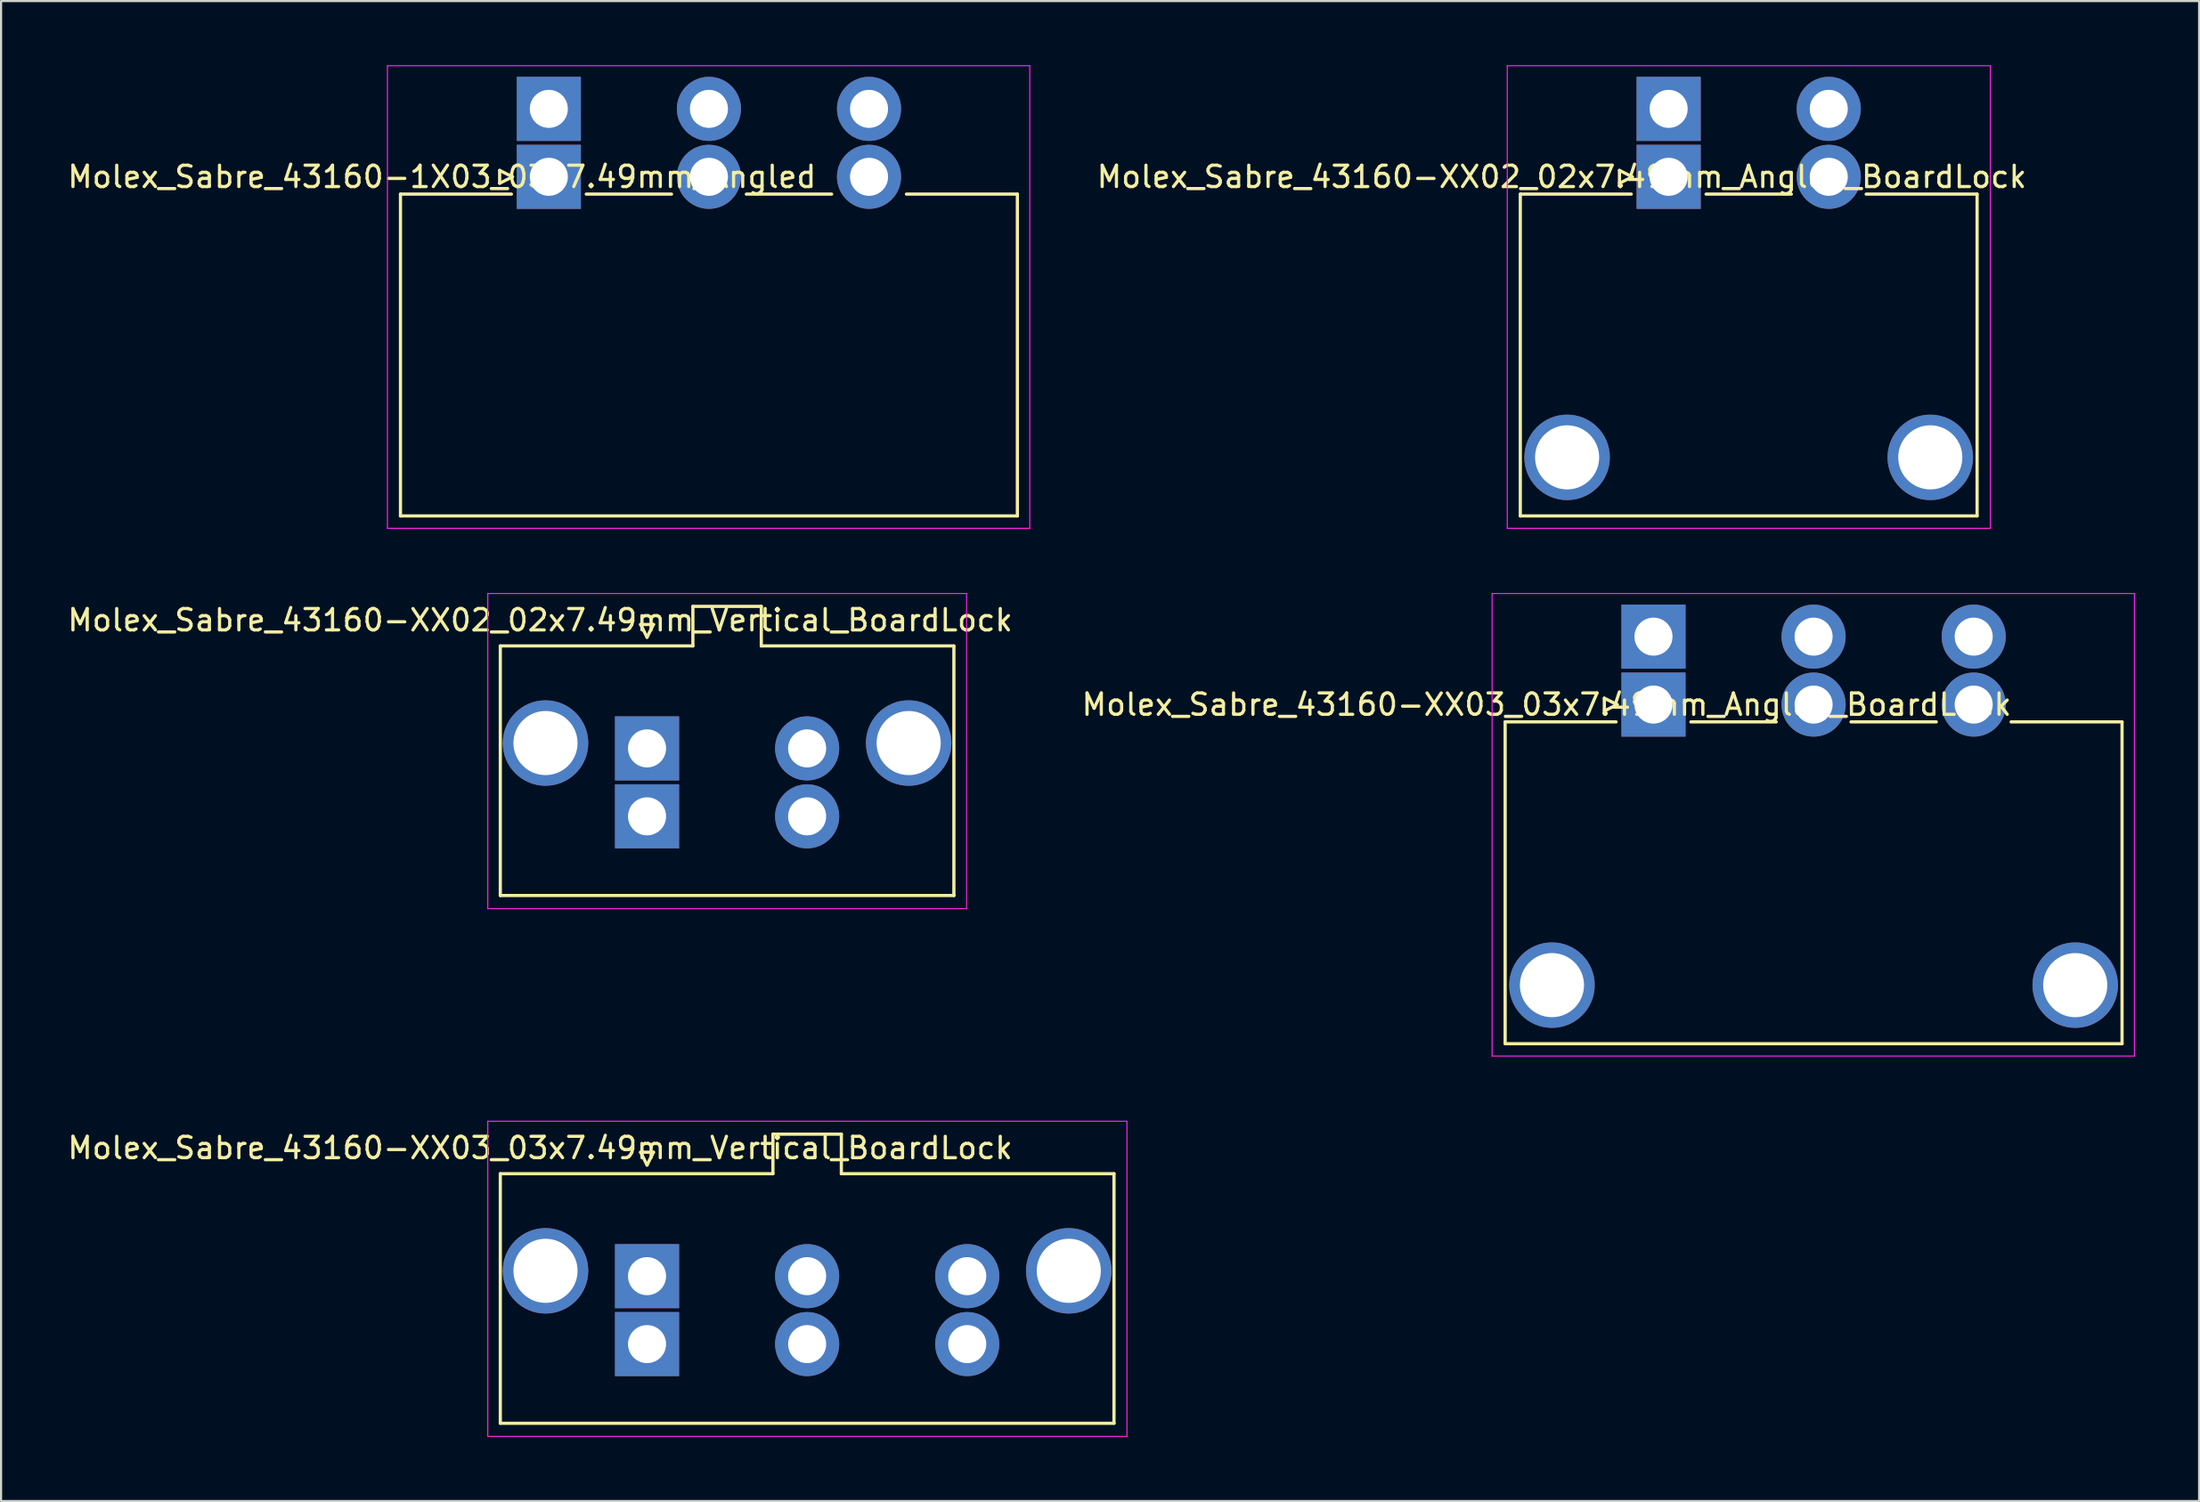
<source format=kicad_pcb>
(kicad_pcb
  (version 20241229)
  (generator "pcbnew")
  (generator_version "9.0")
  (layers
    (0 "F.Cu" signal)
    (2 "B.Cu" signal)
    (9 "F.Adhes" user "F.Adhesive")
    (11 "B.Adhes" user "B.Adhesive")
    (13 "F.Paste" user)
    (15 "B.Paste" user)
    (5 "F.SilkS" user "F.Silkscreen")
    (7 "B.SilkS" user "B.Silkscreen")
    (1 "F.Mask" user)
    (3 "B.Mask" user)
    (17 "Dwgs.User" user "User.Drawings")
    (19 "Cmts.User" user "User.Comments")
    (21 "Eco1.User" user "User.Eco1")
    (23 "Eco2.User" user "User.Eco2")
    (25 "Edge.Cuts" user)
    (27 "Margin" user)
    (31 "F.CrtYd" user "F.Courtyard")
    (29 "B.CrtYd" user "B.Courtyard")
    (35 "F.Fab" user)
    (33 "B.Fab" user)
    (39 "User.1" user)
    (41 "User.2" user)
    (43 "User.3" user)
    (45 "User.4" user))
  (footprint "Molex_Sabre_43160-XX03_03x7.49mm_Vertical_BoardLock"
    (layer "F.Cu")
    (at 27.22 56.675)
    (property "Reference" "Molex_Sabre_43160-XX03_03x7.49mm_Vertical_BoardLock" (at -5 -6 0) (layer "F.SilkS") (effects (font (size 1 1) (thickness 0.15))))
    (attr through_hole)
    (fp_line (start -6.865 -4.795) (end 5.89 -4.795) (stroke (width 0.15) (type solid)) (layer "F.SilkS"))
    (fp_line (start -6.865 6.885) (end -6.865 -4.795) (stroke (width 0.15) (type solid)) (layer "F.SilkS"))
    (fp_line (start -0.3 -5.8) (end 0 -5.2) (stroke (width 0.15) (type solid)) (layer "F.SilkS"))
    (fp_line (start 0 -5.2) (end 0.3 -5.8) (stroke (width 0.15) (type solid)) (layer "F.SilkS"))
    (fp_line (start 0.3 -5.8) (end -0.3 -5.8) (stroke (width 0.15) (type solid)) (layer "F.SilkS"))
    (fp_line (start 5.89 -6.645) (end 9.09 -6.645) (stroke (width 0.15) (type solid)) (layer "F.SilkS"))
    (fp_line (start 5.89 -4.795) (end 5.89 -6.645) (stroke (width 0.15) (type solid)) (layer "F.SilkS"))
    (fp_line (start 9.09 -6.645) (end 9.09 -4.795) (stroke (width 0.15) (type solid)) (layer "F.SilkS"))
    (fp_line (start 9.09 -4.795) (end 21.845 -4.795) (stroke (width 0.15) (type solid)) (layer "F.SilkS"))
    (fp_line (start 21.845 -4.795) (end 21.845 6.885) (stroke (width 0.15) (type solid)) (layer "F.SilkS"))
    (fp_line (start 21.845 6.885) (end -6.865 6.885) (stroke (width 0.15) (type solid)) (layer "F.SilkS"))
    (fp_line (start -7.45 -7.25) (end -7.45 7.5) (stroke (width 0.05) (type solid)) (layer "F.CrtYd"))
    (fp_line (start -7.45 7.5) (end 22.45 7.5) (stroke (width 0.05) (type solid)) (layer "F.CrtYd"))
    (fp_line (start 22.45 -7.25) (end -7.45 -7.25) (stroke (width 0.05) (type solid)) (layer "F.CrtYd"))
    (fp_line (start 22.45 7.5) (end 22.45 -7.25) (stroke (width 0.05) (type solid)) (layer "F.CrtYd"))
    (pad "" thru_hole circle (at -4.75 -0.25) (size 4 4) (drill 3) (layers "*.Cu" "*.Mask"))
    (pad "" thru_hole circle (at 19.73 -0.25) (size 4 4) (drill 3) (layers "*.Cu" "*.Mask"))
    (pad "1" thru_hole rect (at 0 0) (size 3 3) (drill 1.78) (layers "*.Cu" "*.Mask"))
    (pad "1" thru_hole rect (at 0 3.18) (size 3 3) (drill 1.78) (layers "*.Cu" "*.Mask"))
    (pad "2" thru_hole circle (at 7.49 0) (size 3 3) (drill 1.78) (layers "*.Cu" "*.Mask"))
    (pad "2" thru_hole circle (at 7.49 3.18) (size 3 3) (drill 1.78) (layers "*.Cu" "*.Mask"))
    (pad "3" thru_hole circle (at 14.98 0) (size 3 3) (drill 1.78) (layers "*.Cu" "*.Mask"))
    (pad "3" thru_hole circle (at 14.98 3.18) (size 3 3) (drill 1.78) (layers "*.Cu" "*.Mask")))
  (footprint "Molex_Sabre_43160-XX03_03x7.49mm_Angled_BoardLock"
    (layer "F.Cu")
    (at 74.304 29.925)
    (property "Reference" "Molex_Sabre_43160-XX03_03x7.49mm_Angled_BoardLock" (at -5 0 0) (layer "F.SilkS") (effects (font (size 1 1) (thickness 0.15))))
    (attr through_hole)
    (fp_line (start -6.94 0.81) (end -6.94 15.87) (stroke (width 0.15) (type solid)) (layer "F.SilkS"))
    (fp_line (start -6.94 0.81) (end -1.75 0.81) (stroke (width 0.15) (type solid)) (layer "F.SilkS"))
    (fp_line (start -6.94 15.87) (end 21.92 15.87) (stroke (width 0.15) (type solid)) (layer "F.SilkS"))
    (fp_line (start -2.3 -0.3) (end -1.7 0) (stroke (width 0.15) (type solid)) (layer "F.SilkS"))
    (fp_line (start -2.3 0.3) (end -2.3 -0.3) (stroke (width 0.15) (type solid)) (layer "F.SilkS"))
    (fp_line (start -1.7 0) (end -2.3 0.3) (stroke (width 0.15) (type solid)) (layer "F.SilkS"))
    (fp_line (start 1.75 0.81) (end 5.74 0.81) (stroke (width 0.15) (type solid)) (layer "F.SilkS"))
    (fp_line (start 9.24 0.81) (end 13.23 0.81) (stroke (width 0.15) (type solid)) (layer "F.SilkS"))
    (fp_line (start 16.73 0.81) (end 21.92 0.81) (stroke (width 0.15) (type solid)) (layer "F.SilkS"))
    (fp_line (start 21.92 15.87) (end 21.92 0.81) (stroke (width 0.15) (type solid)) (layer "F.SilkS"))
    (fp_line (start -7.55 -5.2) (end -7.55 16.45) (stroke (width 0.05) (type solid)) (layer "F.CrtYd"))
    (fp_line (start -7.55 16.45) (end 22.5 16.45) (stroke (width 0.05) (type solid)) (layer "F.CrtYd"))
    (fp_line (start 22.5 -5.2) (end -7.55 -5.2) (stroke (width 0.05) (type solid)) (layer "F.CrtYd"))
    (fp_line (start 22.5 16.45) (end 22.5 -5.2) (stroke (width 0.05) (type solid)) (layer "F.CrtYd"))
    (pad "" thru_hole circle (at -4.75 13.13) (size 4 4) (drill 3) (layers "*.Cu" "*.Mask"))
    (pad "" thru_hole circle (at 19.73 13.13) (size 4 4) (drill 3) (layers "*.Cu" "*.Mask"))
    (pad "1" thru_hole rect (at 0 -3.18) (size 3 3) (drill 1.78) (layers "*.Cu" "*.Mask"))
    (pad "1" thru_hole rect (at 0 0) (size 3 3) (drill 1.78) (layers "*.Cu" "*.Mask"))
    (pad "2" thru_hole circle (at 7.49 -3.18) (size 3 3) (drill 1.78) (layers "*.Cu" "*.Mask"))
    (pad "2" thru_hole circle (at 7.49 0) (size 3 3) (drill 1.78) (layers "*.Cu" "*.Mask"))
    (pad "3" thru_hole circle (at 14.98 -3.18) (size 3 3) (drill 1.78) (layers "*.Cu" "*.Mask"))
    (pad "3" thru_hole circle (at 14.98 0) (size 3 3) (drill 1.78) (layers "*.Cu" "*.Mask")))
  (footprint "Molex_Sabre_43160-XX02_02x7.49mm_Vertical_BoardLock"
    (layer "F.Cu")
    (at 27.22 31.975)
    (property "Reference" "Molex_Sabre_43160-XX02_02x7.49mm_Vertical_BoardLock" (at -5 -6 0) (layer "F.SilkS") (effects (font (size 1 1) (thickness 0.15))))
    (attr through_hole)
    (fp_line (start -6.865 -4.795) (end 2.145 -4.795) (stroke (width 0.15) (type solid)) (layer "F.SilkS"))
    (fp_line (start -6.865 6.885) (end -6.865 -4.795) (stroke (width 0.15) (type solid)) (layer "F.SilkS"))
    (fp_line (start -0.3 -5.8) (end 0 -5.2) (stroke (width 0.15) (type solid)) (layer "F.SilkS"))
    (fp_line (start 0 -5.2) (end 0.3 -5.8) (stroke (width 0.15) (type solid)) (layer "F.SilkS"))
    (fp_line (start 0.3 -5.8) (end -0.3 -5.8) (stroke (width 0.15) (type solid)) (layer "F.SilkS"))
    (fp_line (start 2.145 -6.645) (end 5.345 -6.645) (stroke (width 0.15) (type solid)) (layer "F.SilkS"))
    (fp_line (start 2.145 -4.795) (end 2.145 -6.645) (stroke (width 0.15) (type solid)) (layer "F.SilkS"))
    (fp_line (start 5.345 -6.645) (end 5.345 -4.795) (stroke (width 0.15) (type solid)) (layer "F.SilkS"))
    (fp_line (start 5.345 -4.795) (end 14.355 -4.795) (stroke (width 0.15) (type solid)) (layer "F.SilkS"))
    (fp_line (start 14.355 -4.795) (end 14.355 6.885) (stroke (width 0.15) (type solid)) (layer "F.SilkS"))
    (fp_line (start 14.355 6.885) (end -6.865 6.885) (stroke (width 0.15) (type solid)) (layer "F.SilkS"))
    (fp_line (start -7.45 -7.25) (end -7.45 7.5) (stroke (width 0.05) (type solid)) (layer "F.CrtYd"))
    (fp_line (start -7.45 7.5) (end 14.95 7.5) (stroke (width 0.05) (type solid)) (layer "F.CrtYd"))
    (fp_line (start 14.95 -7.25) (end -7.45 -7.25) (stroke (width 0.05) (type solid)) (layer "F.CrtYd"))
    (fp_line (start 14.95 7.5) (end 14.95 -7.25) (stroke (width 0.05) (type solid)) (layer "F.CrtYd"))
    (pad "" thru_hole circle (at -4.75 -0.25) (size 4 4) (drill 3) (layers "*.Cu" "*.Mask"))
    (pad "" thru_hole circle (at 12.24 -0.25) (size 4 4) (drill 3) (layers "*.Cu" "*.Mask"))
    (pad "1" thru_hole rect (at 0 0) (size 3 3) (drill 1.78) (layers "*.Cu" "*.Mask"))
    (pad "1" thru_hole rect (at 0 3.18) (size 3 3) (drill 1.78) (layers "*.Cu" "*.Mask"))
    (pad "2" thru_hole circle (at 7.49 0) (size 3 3) (drill 1.78) (layers "*.Cu" "*.Mask"))
    (pad "2" thru_hole circle (at 7.49 3.18) (size 3 3) (drill 1.78) (layers "*.Cu" "*.Mask")))
  (footprint "Molex_Sabre_43160-1X03_03x7.49mm_Angled"
    (layer "F.Cu")
    (at 22.625 5.225)
    (property "Reference" "Molex_Sabre_43160-1X03_03x7.49mm_Angled" (at -5 0 0) (layer "F.SilkS") (effects (font (size 1 1) (thickness 0.15))))
    (attr through_hole)
    (fp_line (start -6.94 0.81) (end -6.94 15.87) (stroke (width 0.15) (type solid)) (layer "F.SilkS"))
    (fp_line (start -6.94 0.81) (end -1.75 0.81) (stroke (width 0.15) (type solid)) (layer "F.SilkS"))
    (fp_line (start -6.94 15.87) (end 21.92 15.87) (stroke (width 0.15) (type solid)) (layer "F.SilkS"))
    (fp_line (start -2.3 -0.3) (end -1.7 0) (stroke (width 0.15) (type solid)) (layer "F.SilkS"))
    (fp_line (start -2.3 0.3) (end -2.3 -0.3) (stroke (width 0.15) (type solid)) (layer "F.SilkS"))
    (fp_line (start -1.7 0) (end -2.3 0.3) (stroke (width 0.15) (type solid)) (layer "F.SilkS"))
    (fp_line (start 1.75 0.81) (end 5.74 0.81) (stroke (width 0.15) (type solid)) (layer "F.SilkS"))
    (fp_line (start 9.24 0.81) (end 13.23 0.81) (stroke (width 0.15) (type solid)) (layer "F.SilkS"))
    (fp_line (start 16.73 0.81) (end 21.92 0.81) (stroke (width 0.15) (type solid)) (layer "F.SilkS"))
    (fp_line (start 21.92 15.87) (end 21.92 0.81) (stroke (width 0.15) (type solid)) (layer "F.SilkS"))
    (fp_line (start -7.55 -5.2) (end -7.55 16.45) (stroke (width 0.05) (type solid)) (layer "F.CrtYd"))
    (fp_line (start -7.55 16.45) (end 22.5 16.45) (stroke (width 0.05) (type solid)) (layer "F.CrtYd"))
    (fp_line (start 22.5 -5.2) (end -7.55 -5.2) (stroke (width 0.05) (type solid)) (layer "F.CrtYd"))
    (fp_line (start 22.5 16.45) (end 22.5 -5.2) (stroke (width 0.05) (type solid)) (layer "F.CrtYd"))
    (pad "1" thru_hole rect (at 0 -3.18) (size 3 3) (drill 1.78) (layers "*.Cu" "*.Mask"))
    (pad "1" thru_hole rect (at 0 0) (size 3 3) (drill 1.78) (layers "*.Cu" "*.Mask"))
    (pad "2" thru_hole circle (at 7.49 -3.18) (size 3 3) (drill 1.78) (layers "*.Cu" "*.Mask"))
    (pad "2" thru_hole circle (at 7.49 0) (size 3 3) (drill 1.78) (layers "*.Cu" "*.Mask"))
    (pad "3" thru_hole circle (at 14.98 -3.18) (size 3 3) (drill 1.78) (layers "*.Cu" "*.Mask"))
    (pad "3" thru_hole circle (at 14.98 0) (size 3 3) (drill 1.78) (layers "*.Cu" "*.Mask")))
  (footprint "Molex_Sabre_43160-XX02_02x7.49mm_Angled_BoardLock"
    (layer "F.Cu")
    (at 75.013 5.225)
    (property "Reference" "Molex_Sabre_43160-XX02_02x7.49mm_Angled_BoardLock" (at -5 0 0) (layer "F.SilkS") (effects (font (size 1 1) (thickness 0.15))))
    (attr through_hole)
    (fp_line (start -6.94 0.81) (end -6.94 15.87) (stroke (width 0.15) (type solid)) (layer "F.SilkS"))
    (fp_line (start -6.94 0.81) (end -1.75 0.81) (stroke (width 0.15) (type solid)) (layer "F.SilkS"))
    (fp_line (start -6.94 15.87) (end 14.43 15.87) (stroke (width 0.15) (type solid)) (layer "F.SilkS"))
    (fp_line (start -2.3 -0.3) (end -1.7 0) (stroke (width 0.15) (type solid)) (layer "F.SilkS"))
    (fp_line (start -2.3 0.3) (end -2.3 -0.3) (stroke (width 0.15) (type solid)) (layer "F.SilkS"))
    (fp_line (start -1.7 0) (end -2.3 0.3) (stroke (width 0.15) (type solid)) (layer "F.SilkS"))
    (fp_line (start 1.75 0.81) (end 5.74 0.81) (stroke (width 0.15) (type solid)) (layer "F.SilkS"))
    (fp_line (start 9.24 0.81) (end 14.43 0.81) (stroke (width 0.15) (type solid)) (layer "F.SilkS"))
    (fp_line (start 14.43 15.87) (end 14.43 0.81) (stroke (width 0.15) (type solid)) (layer "F.SilkS"))
    (fp_line (start -7.55 -5.2) (end -7.55 16.45) (stroke (width 0.05) (type solid)) (layer "F.CrtYd"))
    (fp_line (start -7.55 16.45) (end 15.05 16.45) (stroke (width 0.05) (type solid)) (layer "F.CrtYd"))
    (fp_line (start 15.05 -5.2) (end -7.55 -5.2) (stroke (width 0.05) (type solid)) (layer "F.CrtYd"))
    (fp_line (start 15.05 16.45) (end 15.05 -5.2) (stroke (width 0.05) (type solid)) (layer "F.CrtYd"))
    (pad "" thru_hole circle (at -4.75 13.13) (size 4 4) (drill 3) (layers "*.Cu" "*.Mask"))
    (pad "" thru_hole circle (at 12.24 13.13) (size 4 4) (drill 3) (layers "*.Cu" "*.Mask"))
    (pad "1" thru_hole rect (at 0 -3.18) (size 3 3) (drill 1.78) (layers "*.Cu" "*.Mask"))
    (pad "1" thru_hole rect (at 0 0) (size 3 3) (drill 1.78) (layers "*.Cu" "*.Mask"))
    (pad "2" thru_hole circle (at 7.49 -3.18) (size 3 3) (drill 1.78) (layers "*.Cu" "*.Mask"))
    (pad "2" thru_hole circle (at 7.49 0) (size 3 3) (drill 1.78) (layers "*.Cu" "*.Mask")))
  (gr_rect
    (start -3 -3)
    (end 99.829 67.2)
    (stroke (width 0.1) (type default))
    (fill no)
    (layer "Edge.Cuts")))
</source>
